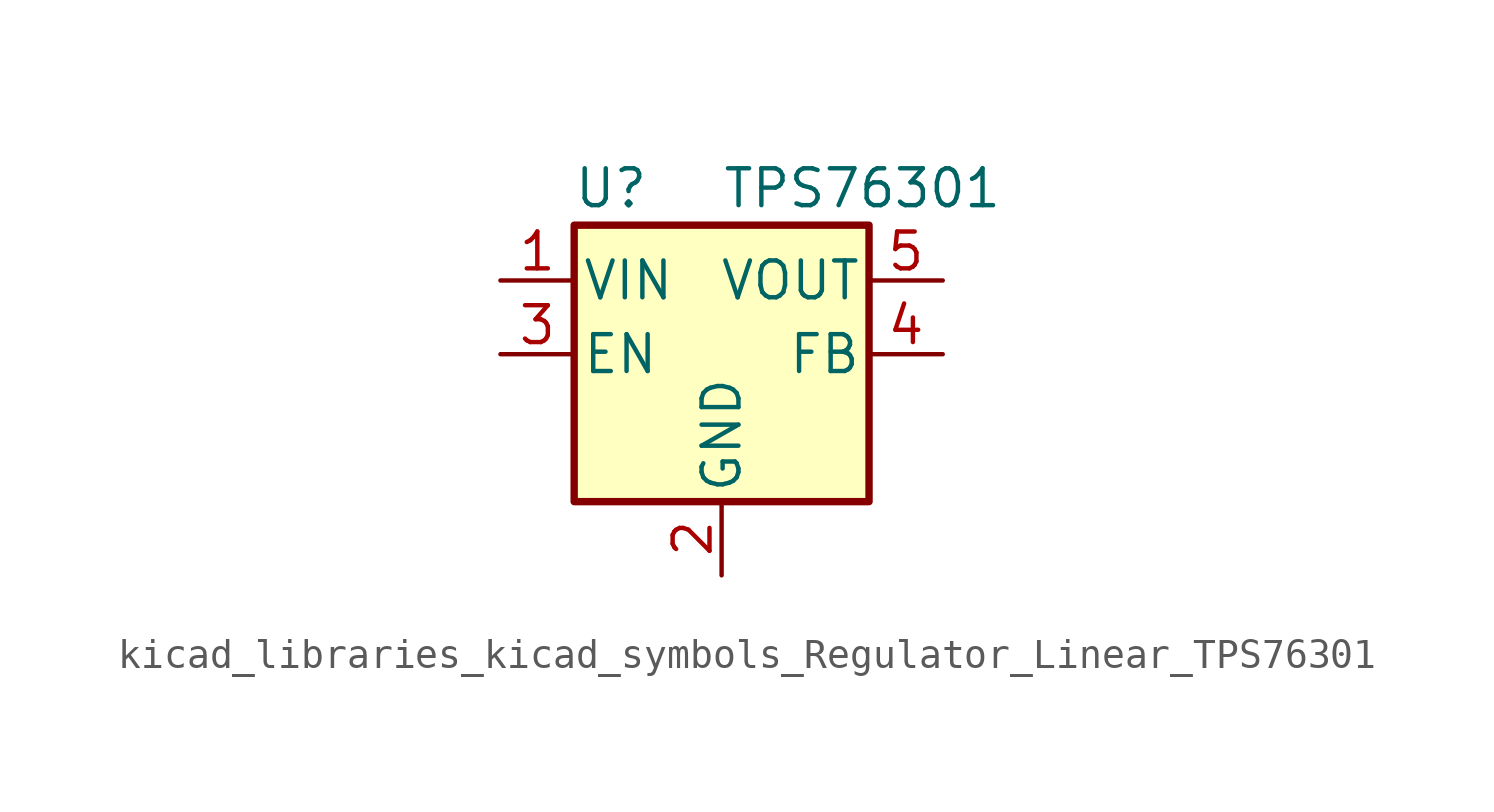
<source format=kicad_sym>
(kicad_symbol_lib
  (version 20220914)
  (generator kicad_symbol_editor)
  (symbol "kicad_libraries_kicad_symbols_Regulator_Linear_TPS76301"
    (pin_names
      (offset 0.254))
    (property "Reference" "U"
      (at -3.81 5.715 0)
      (effects (font (size 1.27 1.27))))
    (property "Value" "TPS76301"
      (at 0 5.715 0)
      (effects (font (size 1.27 1.27)) (justify left)))
    (symbol "kicad_libraries_kicad_symbols_Regulator_Linear_TPS76301_0_1"
      (rectangle (start -5.08 4.445) (end 5.08 -5.08) (stroke (width 0.254) (type default)) (fill (type background))))
    (symbol "kicad_libraries_kicad_symbols_Regulator_Linear_TPS76301_1_1"
      (pin power_in line (at -7.62 2.54 0) (length 2.54) (name "VIN" (effects (font (size 1.27 1.27)))) (number "1" (effects (font (size 1.27 1.27)))))
      (pin power_in line (at 0 -7.62 90) (length 2.54) (name "GND" (effects (font (size 1.27 1.27)))) (number "2" (effects (font (size 1.27 1.27)))))
      (pin input line (at -7.62 0 0) (length 2.54) (name "EN" (effects (font (size 1.27 1.27)))) (number "3" (effects (font (size 1.27 1.27)))))
      (pin input line (at 7.62 0 180) (length 2.54) (name "FB" (effects (font (size 1.27 1.27)))) (number "4" (effects (font (size 1.27 1.27)))))
      (pin power_out line (at 7.62 2.54 180) (length 2.54) (name "VOUT" (effects (font (size 1.27 1.27)))) (number "5" (effects (font (size 1.27 1.27))))))))
</source>
